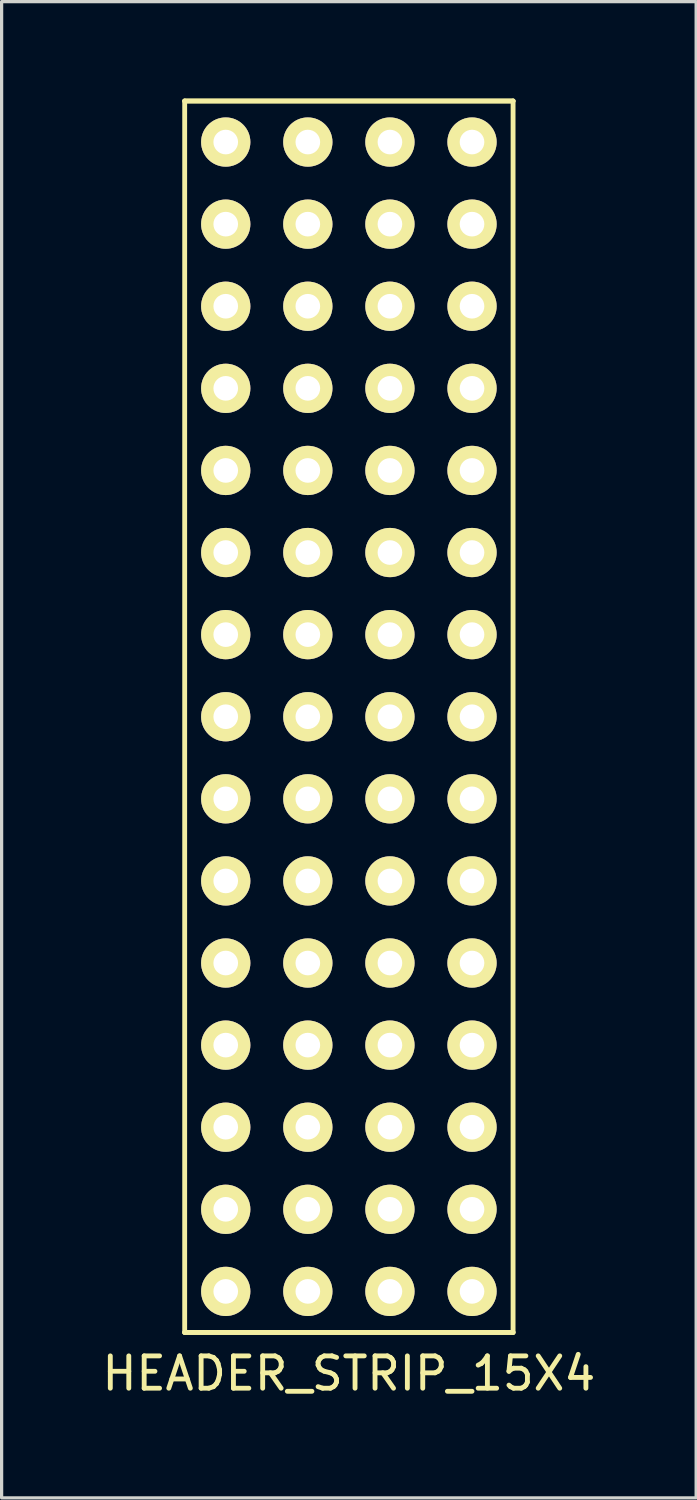
<source format=kicad_pcb>
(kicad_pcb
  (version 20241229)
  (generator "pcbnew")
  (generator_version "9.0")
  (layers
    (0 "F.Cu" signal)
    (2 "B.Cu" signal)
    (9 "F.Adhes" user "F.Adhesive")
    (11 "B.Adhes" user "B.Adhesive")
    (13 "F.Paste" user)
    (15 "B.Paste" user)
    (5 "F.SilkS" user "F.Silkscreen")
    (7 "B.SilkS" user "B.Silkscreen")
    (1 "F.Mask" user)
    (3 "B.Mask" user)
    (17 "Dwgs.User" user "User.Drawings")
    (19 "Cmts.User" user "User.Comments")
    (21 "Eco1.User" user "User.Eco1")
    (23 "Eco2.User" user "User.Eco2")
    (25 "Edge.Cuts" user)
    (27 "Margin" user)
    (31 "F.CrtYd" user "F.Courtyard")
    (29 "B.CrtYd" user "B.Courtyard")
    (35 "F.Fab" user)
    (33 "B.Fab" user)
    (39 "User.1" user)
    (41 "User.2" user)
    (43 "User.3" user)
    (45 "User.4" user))
  (footprint "HEADER_STRIP_15X4"
    (layer "F.Cu")
    (at 7.744 19.125)
    (property "Reference" "HEADER_STRIP_15X4" (at 0 20.32 0) (layer "F.SilkS") (effects (font (size 1 1) (thickness 0.15))))
    (attr through_hole)
    (fp_line (start -5.08 -19.05) (end -5.08 19.05) (stroke (width 0.15) (type solid)) (layer "F.SilkS"))
    (fp_line (start -5.08 -19.05) (end 5.08 -19.05) (stroke (width 0.15) (type solid)) (layer "F.SilkS"))
    (fp_line (start 5.08 -19.05) (end -5.08 -19.05) (stroke (width 0.15) (type solid)) (layer "F.SilkS"))
    (fp_line (start 5.08 -19.05) (end 5.08 19.05) (stroke (width 0.15) (type solid)) (layer "F.SilkS"))
    (fp_line (start 5.08 19.05) (end -5.08 19.05) (stroke (width 0.15) (type solid)) (layer "F.SilkS"))
    (fp_line (start 5.08 19.05) (end -5.08 19.05) (stroke (width 0.15) (type solid)) (layer "F.SilkS"))
    (pad "1" thru_hole circle (at -3.81 -17.78) (size 1.524 1.524) (drill 0.762) (layers "*.Cu" "*.Mask" "F.SilkS"))
    (pad "1" thru_hole circle (at -1.27 -17.78) (size 1.524 1.524) (drill 0.762) (layers "*.Cu" "*.Mask" "F.SilkS"))
    (pad "1" thru_hole circle (at 1.27 -17.78) (size 1.524 1.524) (drill 0.762) (layers "*.Cu" "*.Mask" "F.SilkS"))
    (pad "1" thru_hole circle (at 3.81 -17.78) (size 1.524 1.524) (drill 0.762) (layers "*.Cu" "*.Mask" "F.SilkS"))
    (pad "2" thru_hole circle (at -3.81 -15.24) (size 1.524 1.524) (drill 0.762) (layers "*.Cu" "*.Mask" "F.SilkS"))
    (pad "2" thru_hole circle (at -1.27 -15.24) (size 1.524 1.524) (drill 0.762) (layers "*.Cu" "*.Mask" "F.SilkS"))
    (pad "2" thru_hole circle (at 1.27 -15.24) (size 1.524 1.524) (drill 0.762) (layers "*.Cu" "*.Mask" "F.SilkS"))
    (pad "2" thru_hole circle (at 3.81 -15.24) (size 1.524 1.524) (drill 0.762) (layers "*.Cu" "*.Mask" "F.SilkS"))
    (pad "3" thru_hole circle (at -3.81 -12.7) (size 1.524 1.524) (drill 0.762) (layers "*.Cu" "*.Mask" "F.SilkS"))
    (pad "3" thru_hole circle (at -1.27 -12.7) (size 1.524 1.524) (drill 0.762) (layers "*.Cu" "*.Mask" "F.SilkS"))
    (pad "3" thru_hole circle (at 1.27 -12.7) (size 1.524 1.524) (drill 0.762) (layers "*.Cu" "*.Mask" "F.SilkS"))
    (pad "3" thru_hole circle (at 3.81 -12.7) (size 1.524 1.524) (drill 0.762) (layers "*.Cu" "*.Mask" "F.SilkS"))
    (pad "4" thru_hole circle (at -3.81 -10.16) (size 1.524 1.524) (drill 0.762) (layers "*.Cu" "*.Mask" "F.SilkS"))
    (pad "4" thru_hole circle (at -1.27 -10.16) (size 1.524 1.524) (drill 0.762) (layers "*.Cu" "*.Mask" "F.SilkS"))
    (pad "4" thru_hole circle (at 1.27 -10.16) (size 1.524 1.524) (drill 0.762) (layers "*.Cu" "*.Mask" "F.SilkS"))
    (pad "4" thru_hole circle (at 3.81 -10.16) (size 1.524 1.524) (drill 0.762) (layers "*.Cu" "*.Mask" "F.SilkS"))
    (pad "5" thru_hole circle (at -3.81 -7.62) (size 1.524 1.524) (drill 0.762) (layers "*.Cu" "*.Mask" "F.SilkS"))
    (pad "5" thru_hole circle (at -1.27 -7.62) (size 1.524 1.524) (drill 0.762) (layers "*.Cu" "*.Mask" "F.SilkS"))
    (pad "5" thru_hole circle (at 1.27 -7.62) (size 1.524 1.524) (drill 0.762) (layers "*.Cu" "*.Mask" "F.SilkS"))
    (pad "5" thru_hole circle (at 3.81 -7.62) (size 1.524 1.524) (drill 0.762) (layers "*.Cu" "*.Mask" "F.SilkS"))
    (pad "6" thru_hole circle (at -3.81 -5.08) (size 1.524 1.524) (drill 0.762) (layers "*.Cu" "*.Mask" "F.SilkS"))
    (pad "6" thru_hole circle (at -1.27 -5.08) (size 1.524 1.524) (drill 0.762) (layers "*.Cu" "*.Mask" "F.SilkS"))
    (pad "6" thru_hole circle (at 1.27 -5.08) (size 1.524 1.524) (drill 0.762) (layers "*.Cu" "*.Mask" "F.SilkS"))
    (pad "6" thru_hole circle (at 3.81 -5.08) (size 1.524 1.524) (drill 0.762) (layers "*.Cu" "*.Mask" "F.SilkS"))
    (pad "7" thru_hole circle (at -3.81 -2.54) (size 1.524 1.524) (drill 0.762) (layers "*.Cu" "*.Mask" "F.SilkS"))
    (pad "7" thru_hole circle (at -1.27 -2.54) (size 1.524 1.524) (drill 0.762) (layers "*.Cu" "*.Mask" "F.SilkS"))
    (pad "7" thru_hole circle (at 1.27 -2.54) (size 1.524 1.524) (drill 0.762) (layers "*.Cu" "*.Mask" "F.SilkS"))
    (pad "7" thru_hole circle (at 3.81 -2.54) (size 1.524 1.524) (drill 0.762) (layers "*.Cu" "*.Mask" "F.SilkS"))
    (pad "8" thru_hole circle (at -3.81 0) (size 1.524 1.524) (drill 0.762) (layers "*.Cu" "*.Mask" "F.SilkS"))
    (pad "8" thru_hole circle (at -1.27 0) (size 1.524 1.524) (drill 0.762) (layers "*.Cu" "*.Mask" "F.SilkS"))
    (pad "8" thru_hole circle (at 1.27 0) (size 1.524 1.524) (drill 0.762) (layers "*.Cu" "*.Mask" "F.SilkS"))
    (pad "8" thru_hole circle (at 3.81 0) (size 1.524 1.524) (drill 0.762) (layers "*.Cu" "*.Mask" "F.SilkS"))
    (pad "9" thru_hole circle (at -3.81 2.54) (size 1.524 1.524) (drill 0.762) (layers "*.Cu" "*.Mask" "F.SilkS"))
    (pad "9" thru_hole circle (at -1.27 2.54) (size 1.524 1.524) (drill 0.762) (layers "*.Cu" "*.Mask" "F.SilkS"))
    (pad "9" thru_hole circle (at 1.27 2.54) (size 1.524 1.524) (drill 0.762) (layers "*.Cu" "*.Mask" "F.SilkS"))
    (pad "9" thru_hole circle (at 3.81 2.54) (size 1.524 1.524) (drill 0.762) (layers "*.Cu" "*.Mask" "F.SilkS"))
    (pad "10" thru_hole circle (at -3.81 5.08) (size 1.524 1.524) (drill 0.762) (layers "*.Cu" "*.Mask" "F.SilkS"))
    (pad "10" thru_hole circle (at -1.27 5.08) (size 1.524 1.524) (drill 0.762) (layers "*.Cu" "*.Mask" "F.SilkS"))
    (pad "10" thru_hole circle (at 1.27 5.08) (size 1.524 1.524) (drill 0.762) (layers "*.Cu" "*.Mask" "F.SilkS"))
    (pad "10" thru_hole circle (at 3.81 5.08) (size 1.524 1.524) (drill 0.762) (layers "*.Cu" "*.Mask" "F.SilkS"))
    (pad "11" thru_hole circle (at -3.81 7.62) (size 1.524 1.524) (drill 0.762) (layers "*.Cu" "*.Mask" "F.SilkS"))
    (pad "11" thru_hole circle (at -1.27 7.62) (size 1.524 1.524) (drill 0.762) (layers "*.Cu" "*.Mask" "F.SilkS"))
    (pad "11" thru_hole circle (at 1.27 7.62) (size 1.524 1.524) (drill 0.762) (layers "*.Cu" "*.Mask" "F.SilkS"))
    (pad "11" thru_hole circle (at 3.81 7.62) (size 1.524 1.524) (drill 0.762) (layers "*.Cu" "*.Mask" "F.SilkS"))
    (pad "12" thru_hole circle (at -3.81 10.16) (size 1.524 1.524) (drill 0.762) (layers "*.Cu" "*.Mask" "F.SilkS"))
    (pad "12" thru_hole circle (at -1.27 10.16) (size 1.524 1.524) (drill 0.762) (layers "*.Cu" "*.Mask" "F.SilkS"))
    (pad "12" thru_hole circle (at 1.27 10.16) (size 1.524 1.524) (drill 0.762) (layers "*.Cu" "*.Mask" "F.SilkS"))
    (pad "12" thru_hole circle (at 3.81 10.16) (size 1.524 1.524) (drill 0.762) (layers "*.Cu" "*.Mask" "F.SilkS"))
    (pad "13" thru_hole circle (at -3.81 12.7) (size 1.524 1.524) (drill 0.762) (layers "*.Cu" "*.Mask" "F.SilkS"))
    (pad "13" thru_hole circle (at -1.27 12.7) (size 1.524 1.524) (drill 0.762) (layers "*.Cu" "*.Mask" "F.SilkS"))
    (pad "13" thru_hole circle (at 1.27 12.7) (size 1.524 1.524) (drill 0.762) (layers "*.Cu" "*.Mask" "F.SilkS"))
    (pad "13" thru_hole circle (at 3.81 12.7) (size 1.524 1.524) (drill 0.762) (layers "*.Cu" "*.Mask" "F.SilkS"))
    (pad "14" thru_hole circle (at -3.81 15.24) (size 1.524 1.524) (drill 0.762) (layers "*.Cu" "*.Mask" "F.SilkS"))
    (pad "14" thru_hole circle (at -1.27 15.24) (size 1.524 1.524) (drill 0.762) (layers "*.Cu" "*.Mask" "F.SilkS"))
    (pad "14" thru_hole circle (at 1.27 15.24) (size 1.524 1.524) (drill 0.762) (layers "*.Cu" "*.Mask" "F.SilkS"))
    (pad "14" thru_hole circle (at 3.81 15.24) (size 1.524 1.524) (drill 0.762) (layers "*.Cu" "*.Mask" "F.SilkS"))
    (pad "15" thru_hole circle (at -3.81 17.78) (size 1.524 1.524) (drill 0.762) (layers "*.Cu" "*.Mask" "F.SilkS"))
    (pad "15" thru_hole circle (at -1.27 17.78) (size 1.524 1.524) (drill 0.762) (layers "*.Cu" "*.Mask" "F.SilkS"))
    (pad "15" thru_hole circle (at 1.27 17.78) (size 1.524 1.524) (drill 0.762) (layers "*.Cu" "*.Mask" "F.SilkS"))
    (pad "15" thru_hole circle (at 3.81 17.78) (size 1.524 1.524) (drill 0.762) (layers "*.Cu" "*.Mask" "F.SilkS")))
  (gr_rect
    (start -3 -3)
    (end 18.488 43.293)
    (stroke (width 0.1) (type default))
    (fill no)
    (layer "Edge.Cuts")))
</source>
